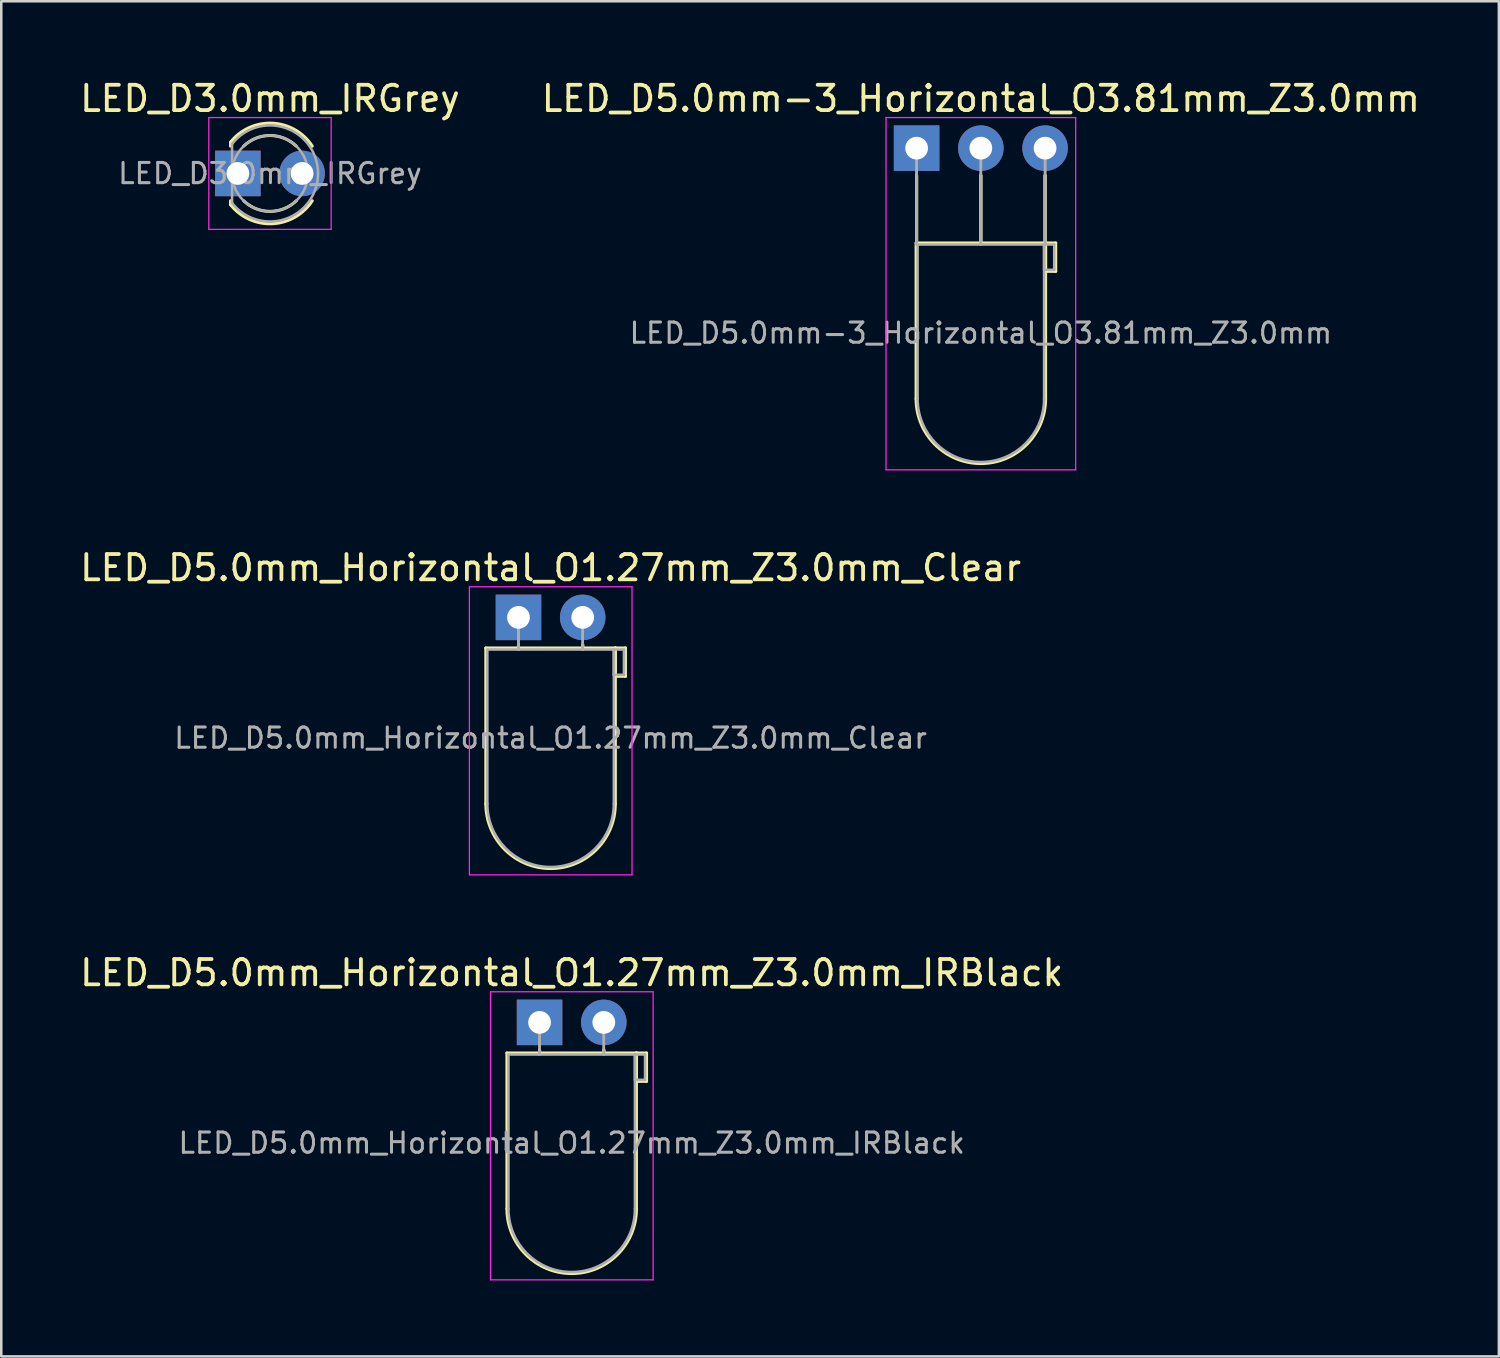
<source format=kicad_pcb>
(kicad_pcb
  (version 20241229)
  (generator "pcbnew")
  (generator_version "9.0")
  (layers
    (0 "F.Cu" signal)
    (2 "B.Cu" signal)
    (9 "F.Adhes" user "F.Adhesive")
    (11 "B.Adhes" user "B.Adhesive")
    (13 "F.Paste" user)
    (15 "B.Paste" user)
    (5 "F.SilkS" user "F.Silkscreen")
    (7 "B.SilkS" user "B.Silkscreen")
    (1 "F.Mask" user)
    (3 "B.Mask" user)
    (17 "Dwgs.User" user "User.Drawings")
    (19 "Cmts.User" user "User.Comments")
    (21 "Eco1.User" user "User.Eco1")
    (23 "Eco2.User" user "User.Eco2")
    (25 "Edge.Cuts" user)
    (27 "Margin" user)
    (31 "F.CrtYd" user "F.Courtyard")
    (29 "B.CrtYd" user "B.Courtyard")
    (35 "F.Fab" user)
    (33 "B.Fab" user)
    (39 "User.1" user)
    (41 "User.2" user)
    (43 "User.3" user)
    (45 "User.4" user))
  (footprint "LED_D3.0mm_IRGrey"
    (layer "F.Cu")
    (at 6.355 3.808)
    (property "Reference" "LED_D3.0mm_IRGrey" (at 1.27 -2.96 0) (layer "F.SilkS") (effects (font (size 1 1) (thickness 0.15))))
    (attr through_hole)
    (fp_line (start -0.29 -1.236) (end -0.29 -1.08) (stroke (width 0.12) (type solid)) (layer "F.SilkS"))
    (fp_line (start -0.29 1.08) (end -0.29 1.236) (stroke (width 0.12) (type solid)) (layer "F.SilkS"))
    (fp_arc (start -0.29 -1.235516) (mid 1.36566 -1.987699) (end 2.941437 -1.08) (stroke (width 0.12) (type solid)) (layer "F.SilkS"))
    (fp_arc (start 0.229039 -1.08) (mid 1.27 -1.5) (end 2.310961 -1.08) (stroke (width 0.12) (type solid)) (layer "F.SilkS"))
    (fp_arc (start 2.310961 1.08) (mid 1.27 1.5) (end 0.229039 1.08) (stroke (width 0.12) (type solid)) (layer "F.SilkS"))
    (fp_arc (start 2.941437 1.08) (mid 1.36566 1.987699) (end -0.29 1.235516) (stroke (width 0.12) (type solid)) (layer "F.SilkS"))
    (fp_line (start -1.15 -2.21) (end -1.15 2.21) (stroke (width 0.05) (type solid)) (layer "F.CrtYd"))
    (fp_line (start -1.15 2.21) (end 3.69 2.21) (stroke (width 0.05) (type solid)) (layer "F.CrtYd"))
    (fp_line (start 3.69 -2.21) (end -1.15 -2.21) (stroke (width 0.05) (type solid)) (layer "F.CrtYd"))
    (fp_line (start 3.69 2.21) (end 3.69 -2.21) (stroke (width 0.05) (type solid)) (layer "F.CrtYd"))
    (fp_line (start -0.23 -1.166) (end -0.23 1.166) (stroke (width 0.1) (type solid)) (layer "F.Fab"))
    (fp_arc (start -0.23 -1.16619) (mid 3.17 0) (end -0.23 1.16619) (stroke (width 0.1) (type solid)) (layer "F.Fab"))
    (fp_circle (center 1.27 0) (end 2.77 0) (stroke (width 0.1) (type solid)) (fill no) (layer "F.Fab"))
    (fp_text user "${REFERENCE}" (at 1.27 0 0) (layer "F.Fab") (effects (font (size 0.8 0.8) (thickness 0.12))))
    (pad "1" thru_hole rect (at 0 0) (size 1.8 1.8) (drill 0.9) (layers "*.Cu" "*.Mask"))
    (pad "2" thru_hole circle (at 2.54 0) (size 1.8 1.8) (drill 0.9) (layers "*.Cu" "*.Mask")))
  (footprint "LED_D5.0mm-3_Horizontal_O3.81mm_Z3.0mm"
    (layer "F.Cu")
    (at 33.192 2.808)
    (property "Reference" "LED_D5.0mm-3_Horizontal_O3.81mm_Z3.0mm" (at 2.54 -1.96 0) (layer "F.SilkS") (effects (font (size 1 1) (thickness 0.15))))
    (attr through_hole)
    (fp_line (start -0.02 3.75) (end -0.02 9.91) (stroke (width 0.12) (type solid)) (layer "F.SilkS"))
    (fp_line (start -0.02 3.75) (end 5.1 3.75) (stroke (width 0.12) (type solid)) (layer "F.SilkS"))
    (fp_line (start 0 1.08) (end 0 3.75) (stroke (width 0.12) (type solid)) (layer "F.SilkS"))
    (fp_line (start 0 3.75) (end 0 1.08) (stroke (width 0.12) (type solid)) (layer "F.SilkS"))
    (fp_line (start 2.54 1.08) (end 2.54 3.75) (stroke (width 0.12) (type solid)) (layer "F.SilkS"))
    (fp_line (start 2.54 3.75) (end 2.54 1.08) (stroke (width 0.12) (type solid)) (layer "F.SilkS"))
    (fp_line (start 5.08 1.08) (end 5.08 3.75) (stroke (width 0.12) (type solid)) (layer "F.SilkS"))
    (fp_line (start 5.08 3.75) (end 5.08 1.08) (stroke (width 0.12) (type solid)) (layer "F.SilkS"))
    (fp_line (start 5.1 3.75) (end 5.1 9.91) (stroke (width 0.12) (type solid)) (layer "F.SilkS"))
    (fp_line (start 5.1 3.75) (end 5.5 3.75) (stroke (width 0.12) (type solid)) (layer "F.SilkS"))
    (fp_line (start 5.1 4.87) (end 5.1 3.75) (stroke (width 0.12) (type solid)) (layer "F.SilkS"))
    (fp_line (start 5.5 3.75) (end 5.5 4.87) (stroke (width 0.12) (type solid)) (layer "F.SilkS"))
    (fp_line (start 5.5 4.87) (end 5.1 4.87) (stroke (width 0.12) (type solid)) (layer "F.SilkS"))
    (fp_arc (start 5.1 9.91) (mid 2.54 12.47) (end -0.02 9.91) (stroke (width 0.12) (type solid)) (layer "F.SilkS"))
    (fp_line (start -1.21 -1.21) (end -1.21 12.72) (stroke (width 0.05) (type solid)) (layer "F.CrtYd"))
    (fp_line (start -1.21 12.72) (end 6.29 12.72) (stroke (width 0.05) (type solid)) (layer "F.CrtYd"))
    (fp_line (start 6.29 -1.21) (end -1.21 -1.21) (stroke (width 0.05) (type solid)) (layer "F.CrtYd"))
    (fp_line (start 6.29 12.72) (end 6.29 -1.21) (stroke (width 0.05) (type solid)) (layer "F.CrtYd"))
    (fp_line (start 0 0) (end 0 3.81) (stroke (width 0.1) (type solid)) (layer "F.Fab"))
    (fp_line (start 0 3.81) (end 0 0) (stroke (width 0.1) (type solid)) (layer "F.Fab"))
    (fp_line (start 0.04 3.81) (end 0.04 9.91) (stroke (width 0.1) (type solid)) (layer "F.Fab"))
    (fp_line (start 0.04 3.81) (end 5.04 3.81) (stroke (width 0.1) (type solid)) (layer "F.Fab"))
    (fp_line (start 2.54 0) (end 2.54 3.81) (stroke (width 0.1) (type solid)) (layer "F.Fab"))
    (fp_line (start 2.54 3.81) (end 2.54 0) (stroke (width 0.1) (type solid)) (layer "F.Fab"))
    (fp_line (start 5.04 3.81) (end 5.04 9.91) (stroke (width 0.1) (type solid)) (layer "F.Fab"))
    (fp_line (start 5.04 3.81) (end 5.44 3.81) (stroke (width 0.1) (type solid)) (layer "F.Fab"))
    (fp_line (start 5.04 4.81) (end 5.04 3.81) (stroke (width 0.1) (type solid)) (layer "F.Fab"))
    (fp_line (start 5.08 0) (end 5.08 3.81) (stroke (width 0.1) (type solid)) (layer "F.Fab"))
    (fp_line (start 5.08 3.81) (end 5.08 0) (stroke (width 0.1) (type solid)) (layer "F.Fab"))
    (fp_line (start 5.44 3.81) (end 5.44 4.81) (stroke (width 0.1) (type solid)) (layer "F.Fab"))
    (fp_line (start 5.44 4.81) (end 5.04 4.81) (stroke (width 0.1) (type solid)) (layer "F.Fab"))
    (fp_arc (start 5.04 9.91) (mid 2.54 12.41) (end 0.04 9.91) (stroke (width 0.1) (type solid)) (layer "F.Fab"))
    (fp_text user "${REFERENCE}" (at 2.54 7.31 0) (layer "F.Fab") (effects (font (size 0.8 0.8) (thickness 0.12))))
    (pad "1" thru_hole rect (at 0 0) (size 1.8 1.8) (drill 0.9) (layers "*.Cu" "*.Mask"))
    (pad "2" thru_hole circle (at 2.54 0) (size 1.8 1.8) (drill 0.9) (layers "*.Cu" "*.Mask"))
    (pad "3" thru_hole circle (at 5.08 0) (size 1.8 1.8) (drill 0.9) (layers "*.Cu" "*.Mask")))
  (footprint "LED_D5.0mm_Horizontal_O1.27mm_Z3.0mm_IRBlack"
    (layer "F.Cu")
    (at 18.284 37.375)
    (property "Reference" "LED_D5.0mm_Horizontal_O1.27mm_Z3.0mm_IRBlack" (at 1.27 -1.96 0) (layer "F.SilkS") (effects (font (size 1 1) (thickness 0.15))))
    (attr through_hole)
    (fp_line (start -1.29 1.21) (end -1.29 7.37) (stroke (width 0.12) (type solid)) (layer "F.SilkS"))
    (fp_line (start -1.29 1.21) (end 3.83 1.21) (stroke (width 0.12) (type solid)) (layer "F.SilkS"))
    (fp_line (start 0 1.08) (end 0 1.21) (stroke (width 0.12) (type solid)) (layer "F.SilkS"))
    (fp_line (start 0 1.21) (end 0 1.08) (stroke (width 0.12) (type solid)) (layer "F.SilkS"))
    (fp_line (start 2.54 1.08) (end 2.54 1.21) (stroke (width 0.12) (type solid)) (layer "F.SilkS"))
    (fp_line (start 2.54 1.21) (end 2.54 1.08) (stroke (width 0.12) (type solid)) (layer "F.SilkS"))
    (fp_line (start 3.83 1.21) (end 3.83 7.37) (stroke (width 0.12) (type solid)) (layer "F.SilkS"))
    (fp_line (start 3.83 1.21) (end 4.23 1.21) (stroke (width 0.12) (type solid)) (layer "F.SilkS"))
    (fp_line (start 3.83 2.33) (end 3.83 1.21) (stroke (width 0.12) (type solid)) (layer "F.SilkS"))
    (fp_line (start 4.23 1.21) (end 4.23 2.33) (stroke (width 0.12) (type solid)) (layer "F.SilkS"))
    (fp_line (start 4.23 2.33) (end 3.83 2.33) (stroke (width 0.12) (type solid)) (layer "F.SilkS"))
    (fp_arc (start 3.83 7.37) (mid 1.27 9.93) (end -1.29 7.37) (stroke (width 0.12) (type solid)) (layer "F.SilkS"))
    (fp_line (start -1.94 -1.21) (end -1.94 10.18) (stroke (width 0.05) (type solid)) (layer "F.CrtYd"))
    (fp_line (start -1.94 10.18) (end 4.49 10.18) (stroke (width 0.05) (type solid)) (layer "F.CrtYd"))
    (fp_line (start 4.49 -1.21) (end -1.94 -1.21) (stroke (width 0.05) (type solid)) (layer "F.CrtYd"))
    (fp_line (start 4.49 10.18) (end 4.49 -1.21) (stroke (width 0.05) (type solid)) (layer "F.CrtYd"))
    (fp_line (start -1.23 1.27) (end -1.23 7.37) (stroke (width 0.1) (type solid)) (layer "F.Fab"))
    (fp_line (start -1.23 1.27) (end 3.77 1.27) (stroke (width 0.1) (type solid)) (layer "F.Fab"))
    (fp_line (start 0 0) (end 0 1.27) (stroke (width 0.1) (type solid)) (layer "F.Fab"))
    (fp_line (start 0 1.27) (end 0 0) (stroke (width 0.1) (type solid)) (layer "F.Fab"))
    (fp_line (start 2.54 0) (end 2.54 1.27) (stroke (width 0.1) (type solid)) (layer "F.Fab"))
    (fp_line (start 2.54 1.27) (end 2.54 0) (stroke (width 0.1) (type solid)) (layer "F.Fab"))
    (fp_line (start 3.77 1.27) (end 3.77 7.37) (stroke (width 0.1) (type solid)) (layer "F.Fab"))
    (fp_line (start 3.77 1.27) (end 4.17 1.27) (stroke (width 0.1) (type solid)) (layer "F.Fab"))
    (fp_line (start 3.77 2.27) (end 3.77 1.27) (stroke (width 0.1) (type solid)) (layer "F.Fab"))
    (fp_line (start 4.17 1.27) (end 4.17 2.27) (stroke (width 0.1) (type solid)) (layer "F.Fab"))
    (fp_line (start 4.17 2.27) (end 3.77 2.27) (stroke (width 0.1) (type solid)) (layer "F.Fab"))
    (fp_arc (start 3.77 7.37) (mid 1.27 9.87) (end -1.23 7.37) (stroke (width 0.1) (type solid)) (layer "F.Fab"))
    (fp_text user "${REFERENCE}" (at 1.27 4.77 0) (layer "F.Fab") (effects (font (size 0.8 0.8) (thickness 0.12))))
    (pad "1" thru_hole rect (at 0 0) (size 1.8 1.8) (drill 0.9) (layers "*.Cu" "*.Mask"))
    (pad "2" thru_hole circle (at 2.54 0) (size 1.8 1.8) (drill 0.9) (layers "*.Cu" "*.Mask")))
  (footprint "LED_D5.0mm_Horizontal_O1.27mm_Z3.0mm_Clear"
    (layer "F.Cu")
    (at 17.45 21.361)
    (property "Reference" "LED_D5.0mm_Horizontal_O1.27mm_Z3.0mm_Clear" (at 1.27 -1.96 0) (layer "F.SilkS") (effects (font (size 1 1) (thickness 0.15))))
    (attr through_hole)
    (fp_line (start -1.29 1.21) (end -1.29 7.37) (stroke (width 0.12) (type solid)) (layer "F.SilkS"))
    (fp_line (start -1.29 1.21) (end 3.83 1.21) (stroke (width 0.12) (type solid)) (layer "F.SilkS"))
    (fp_line (start 0 1.08) (end 0 1.21) (stroke (width 0.12) (type solid)) (layer "F.SilkS"))
    (fp_line (start 0 1.21) (end 0 1.08) (stroke (width 0.12) (type solid)) (layer "F.SilkS"))
    (fp_line (start 2.54 1.08) (end 2.54 1.21) (stroke (width 0.12) (type solid)) (layer "F.SilkS"))
    (fp_line (start 2.54 1.21) (end 2.54 1.08) (stroke (width 0.12) (type solid)) (layer "F.SilkS"))
    (fp_line (start 3.83 1.21) (end 3.83 7.37) (stroke (width 0.12) (type solid)) (layer "F.SilkS"))
    (fp_line (start 3.83 1.21) (end 4.23 1.21) (stroke (width 0.12) (type solid)) (layer "F.SilkS"))
    (fp_line (start 3.83 2.33) (end 3.83 1.21) (stroke (width 0.12) (type solid)) (layer "F.SilkS"))
    (fp_line (start 4.23 1.21) (end 4.23 2.33) (stroke (width 0.12) (type solid)) (layer "F.SilkS"))
    (fp_line (start 4.23 2.33) (end 3.83 2.33) (stroke (width 0.12) (type solid)) (layer "F.SilkS"))
    (fp_arc (start 3.83 7.37) (mid 1.27 9.93) (end -1.29 7.37) (stroke (width 0.12) (type solid)) (layer "F.SilkS"))
    (fp_line (start -1.94 -1.21) (end -1.94 10.18) (stroke (width 0.05) (type solid)) (layer "F.CrtYd"))
    (fp_line (start -1.94 10.18) (end 4.49 10.18) (stroke (width 0.05) (type solid)) (layer "F.CrtYd"))
    (fp_line (start 4.49 -1.21) (end -1.94 -1.21) (stroke (width 0.05) (type solid)) (layer "F.CrtYd"))
    (fp_line (start 4.49 10.18) (end 4.49 -1.21) (stroke (width 0.05) (type solid)) (layer "F.CrtYd"))
    (fp_line (start -1.23 1.27) (end -1.23 7.37) (stroke (width 0.1) (type solid)) (layer "F.Fab"))
    (fp_line (start -1.23 1.27) (end 3.77 1.27) (stroke (width 0.1) (type solid)) (layer "F.Fab"))
    (fp_line (start 0 0) (end 0 1.27) (stroke (width 0.1) (type solid)) (layer "F.Fab"))
    (fp_line (start 0 1.27) (end 0 0) (stroke (width 0.1) (type solid)) (layer "F.Fab"))
    (fp_line (start 2.54 0) (end 2.54 1.27) (stroke (width 0.1) (type solid)) (layer "F.Fab"))
    (fp_line (start 2.54 1.27) (end 2.54 0) (stroke (width 0.1) (type solid)) (layer "F.Fab"))
    (fp_line (start 3.77 1.27) (end 3.77 7.37) (stroke (width 0.1) (type solid)) (layer "F.Fab"))
    (fp_line (start 3.77 1.27) (end 4.17 1.27) (stroke (width 0.1) (type solid)) (layer "F.Fab"))
    (fp_line (start 3.77 2.27) (end 3.77 1.27) (stroke (width 0.1) (type solid)) (layer "F.Fab"))
    (fp_line (start 4.17 1.27) (end 4.17 2.27) (stroke (width 0.1) (type solid)) (layer "F.Fab"))
    (fp_line (start 4.17 2.27) (end 3.77 2.27) (stroke (width 0.1) (type solid)) (layer "F.Fab"))
    (fp_arc (start 3.77 7.37) (mid 1.27 9.87) (end -1.23 7.37) (stroke (width 0.1) (type solid)) (layer "F.Fab"))
    (fp_text user "${REFERENCE}" (at 1.27 4.77 0) (layer "F.Fab") (effects (font (size 0.8 0.8) (thickness 0.12))))
    (pad "1" thru_hole rect (at 0 0) (size 1.8 1.8) (drill 0.9) (layers "*.Cu" "*.Mask"))
    (pad "2" thru_hole circle (at 2.54 0) (size 1.8 1.8) (drill 0.9) (layers "*.Cu" "*.Mask")))
  (gr_rect
    (start -3 -3)
    (end 56.214 50.58)
    (stroke (width 0.1) (type default))
    (fill no)
    (layer "Edge.Cuts")))
</source>
